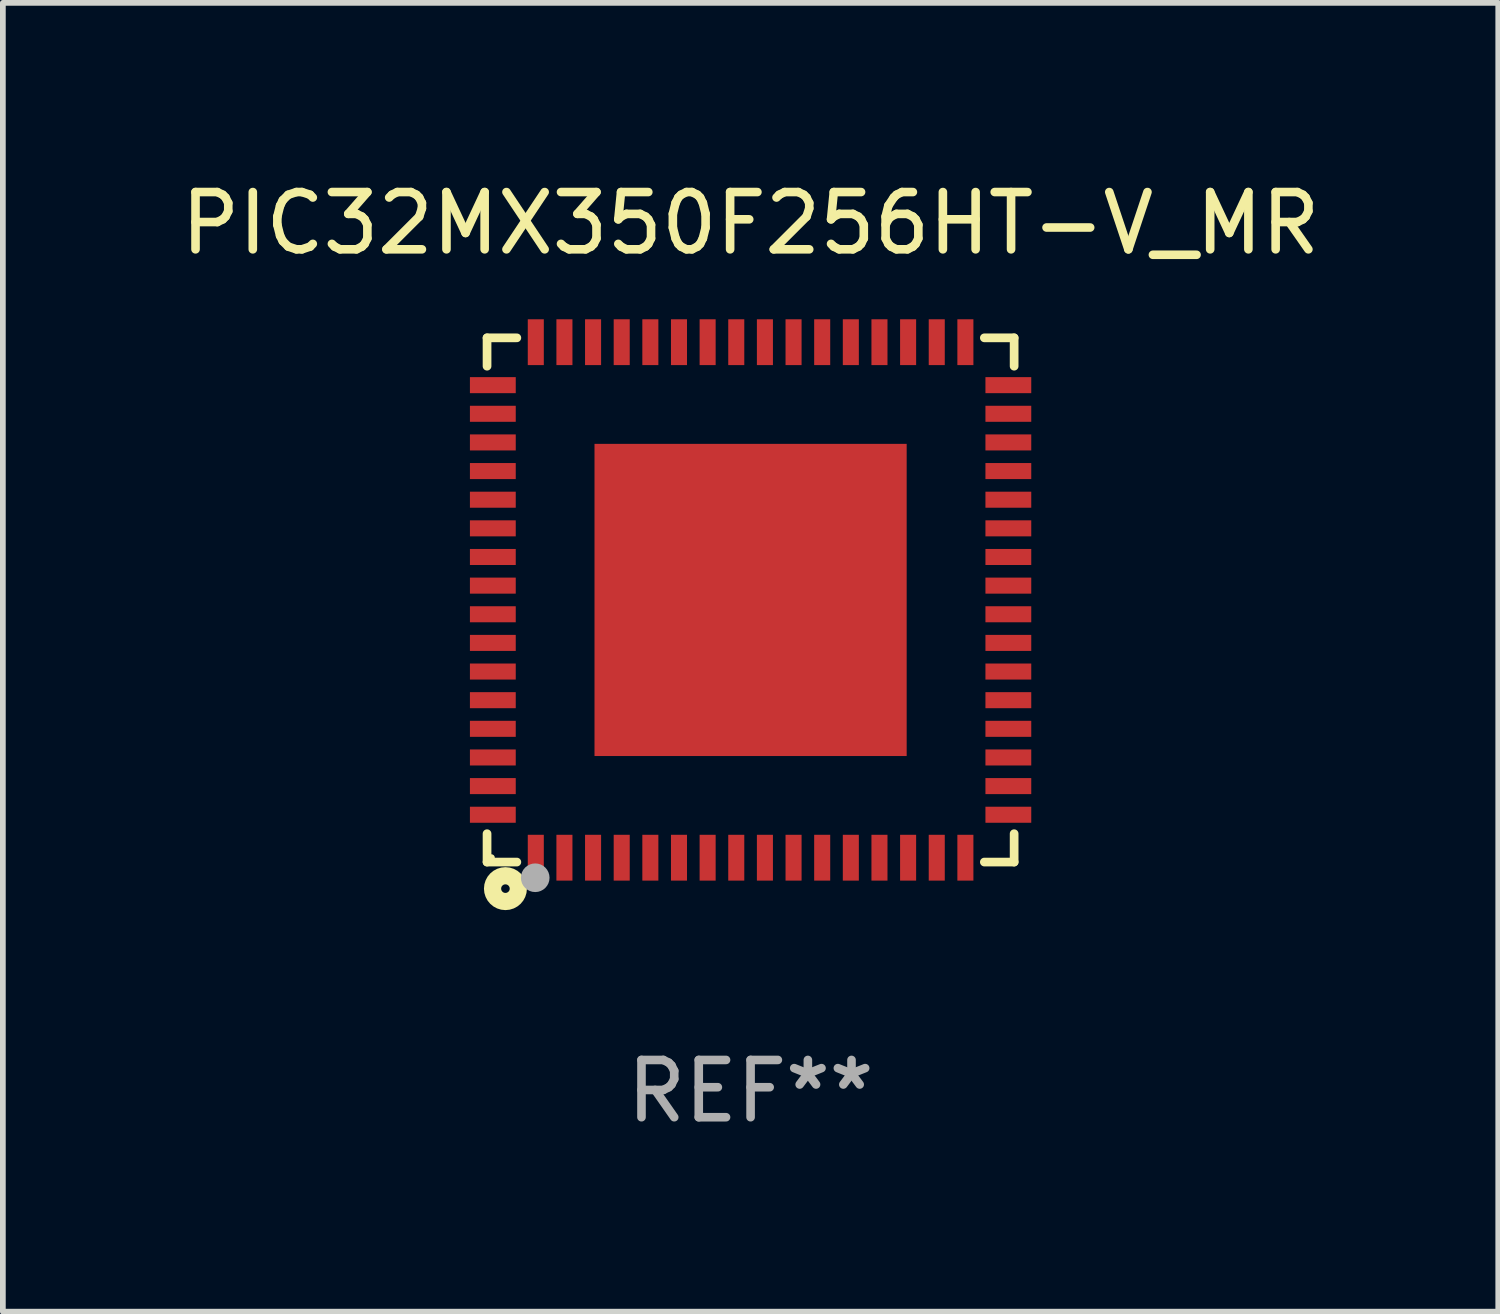
<source format=kicad_pcb>
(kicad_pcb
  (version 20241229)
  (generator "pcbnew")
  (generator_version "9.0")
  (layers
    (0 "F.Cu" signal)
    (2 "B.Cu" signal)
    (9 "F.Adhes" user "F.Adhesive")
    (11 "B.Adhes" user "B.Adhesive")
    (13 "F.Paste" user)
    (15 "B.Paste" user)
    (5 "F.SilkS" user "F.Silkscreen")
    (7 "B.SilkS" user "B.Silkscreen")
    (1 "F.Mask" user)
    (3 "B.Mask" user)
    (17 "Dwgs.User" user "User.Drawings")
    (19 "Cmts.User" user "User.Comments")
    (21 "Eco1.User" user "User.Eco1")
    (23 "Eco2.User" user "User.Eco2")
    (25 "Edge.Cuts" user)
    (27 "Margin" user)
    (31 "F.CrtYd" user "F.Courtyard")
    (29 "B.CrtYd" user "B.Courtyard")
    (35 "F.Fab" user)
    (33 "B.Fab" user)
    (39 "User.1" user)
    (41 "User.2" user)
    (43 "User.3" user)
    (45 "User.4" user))
  (footprint "PIC32MX350F256HT-V_MR"
    (layer "F.Cu")
    (at 10.054 7.424)
    (property "Reference" "PIC32MX350F256HT-V_MR" (at 0 -6.576 0) (layer "F.SilkS") (effects (font (size 1 1) (thickness 0.15))))
    (attr through_hole)
    (fp_line (start -4.601 -4.576) (end -4.081 -4.576) (stroke (width 0.152) (type solid)) (layer "F.SilkS"))
    (fp_line (start -4.601 -4.081) (end -4.601 -4.576) (stroke (width 0.152) (type solid)) (layer "F.SilkS"))
    (fp_line (start -4.601 4.081) (end -4.601 4.576) (stroke (width 0.152) (type solid)) (layer "F.SilkS"))
    (fp_line (start -4.601 4.576) (end -4.081 4.576) (stroke (width 0.152) (type solid)) (layer "F.SilkS"))
    (fp_line (start 4.601 -4.576) (end 4.081 -4.576) (stroke (width 0.152) (type solid)) (layer "F.SilkS"))
    (fp_line (start 4.601 -4.081) (end 4.601 -4.576) (stroke (width 0.152) (type solid)) (layer "F.SilkS"))
    (fp_line (start 4.601 4.081) (end 4.601 4.576) (stroke (width 0.152) (type solid)) (layer "F.SilkS"))
    (fp_line (start 4.601 4.576) (end 4.081 4.576) (stroke (width 0.152) (type solid)) (layer "F.SilkS"))
    (fp_circle (center -4.525 4.5) (end -4.495 4.5) (stroke (width 0.06) (type solid)) (fill no) (layer "F.SilkS"))
    (fp_circle (center -4.28 5.04) (end -4.205 5.04) (stroke (width 0.3) (type solid)) (fill no) (layer "F.SilkS"))
    (fp_circle (center -3.76 4.85) (end -3.635 4.85) (stroke (width 0.25) (type solid)) (fill no) (layer "F.Fab"))
    (fp_text user "REF**" (at 0 8.576 0) (layer "F.Fab") (effects (font (size 1 1) (thickness 0.15))))
    (pad "1" smd rect (at -3.75 4.5) (size 0.28 0.8) (layers "F.Cu" "F.Mask" "F.Paste"))
    (pad "2" smd rect (at -3.25 4.5) (size 0.28 0.8) (layers "F.Cu" "F.Mask" "F.Paste"))
    (pad "3" smd rect (at -2.75 4.5) (size 0.28 0.8) (layers "F.Cu" "F.Mask" "F.Paste"))
    (pad "4" smd rect (at -2.25 4.5) (size 0.28 0.8) (layers "F.Cu" "F.Mask" "F.Paste"))
    (pad "5" smd rect (at -1.75 4.5) (size 0.28 0.8) (layers "F.Cu" "F.Mask" "F.Paste"))
    (pad "6" smd rect (at -1.25 4.5) (size 0.28 0.8) (layers "F.Cu" "F.Mask" "F.Paste"))
    (pad "7" smd rect (at -0.75 4.5) (size 0.28 0.8) (layers "F.Cu" "F.Mask" "F.Paste"))
    (pad "8" smd rect (at -0.25 4.5) (size 0.28 0.8) (layers "F.Cu" "F.Mask" "F.Paste"))
    (pad "9" smd rect (at 0.25 4.5) (size 0.28 0.8) (layers "F.Cu" "F.Mask" "F.Paste"))
    (pad "10" smd rect (at 0.75 4.5) (size 0.28 0.8) (layers "F.Cu" "F.Mask" "F.Paste"))
    (pad "11" smd rect (at 1.25 4.5) (size 0.28 0.8) (layers "F.Cu" "F.Mask" "F.Paste"))
    (pad "12" smd rect (at 1.75 4.5) (size 0.28 0.8) (layers "F.Cu" "F.Mask" "F.Paste"))
    (pad "13" smd rect (at 2.25 4.5) (size 0.28 0.8) (layers "F.Cu" "F.Mask" "F.Paste"))
    (pad "14" smd rect (at 2.75 4.5) (size 0.28 0.8) (layers "F.Cu" "F.Mask" "F.Paste"))
    (pad "15" smd rect (at 3.25 4.5) (size 0.28 0.8) (layers "F.Cu" "F.Mask" "F.Paste"))
    (pad "16" smd rect (at 3.75 4.5) (size 0.28 0.8) (layers "F.Cu" "F.Mask" "F.Paste"))
    (pad "17" smd rect (at 4.5 3.75) (size 0.8 0.28) (layers "F.Cu" "F.Mask" "F.Paste"))
    (pad "18" smd rect (at 4.5 3.25) (size 0.8 0.28) (layers "F.Cu" "F.Mask" "F.Paste"))
    (pad "19" smd rect (at 4.5 2.75) (size 0.8 0.28) (layers "F.Cu" "F.Mask" "F.Paste"))
    (pad "20" smd rect (at 4.5 2.25) (size 0.8 0.28) (layers "F.Cu" "F.Mask" "F.Paste"))
    (pad "21" smd rect (at 4.5 1.75) (size 0.8 0.28) (layers "F.Cu" "F.Mask" "F.Paste"))
    (pad "22" smd rect (at 4.5 1.25) (size 0.8 0.28) (layers "F.Cu" "F.Mask" "F.Paste"))
    (pad "23" smd rect (at 4.5 0.75) (size 0.8 0.28) (layers "F.Cu" "F.Mask" "F.Paste"))
    (pad "24" smd rect (at 4.5 0.25) (size 0.8 0.28) (layers "F.Cu" "F.Mask" "F.Paste"))
    (pad "25" smd rect (at 4.5 -0.25) (size 0.8 0.28) (layers "F.Cu" "F.Mask" "F.Paste"))
    (pad "26" smd rect (at 4.5 -0.75) (size 0.8 0.28) (layers "F.Cu" "F.Mask" "F.Paste"))
    (pad "27" smd rect (at 4.5 -1.25) (size 0.8 0.28) (layers "F.Cu" "F.Mask" "F.Paste"))
    (pad "28" smd rect (at 4.5 -1.75) (size 0.8 0.28) (layers "F.Cu" "F.Mask" "F.Paste"))
    (pad "29" smd rect (at 4.5 -2.25) (size 0.8 0.28) (layers "F.Cu" "F.Mask" "F.Paste"))
    (pad "30" smd rect (at 4.5 -2.75) (size 0.8 0.28) (layers "F.Cu" "F.Mask" "F.Paste"))
    (pad "31" smd rect (at 4.5 -3.25) (size 0.8 0.28) (layers "F.Cu" "F.Mask" "F.Paste"))
    (pad "32" smd rect (at 4.5 -3.75) (size 0.8 0.28) (layers "F.Cu" "F.Mask" "F.Paste"))
    (pad "33" smd rect (at 3.75 -4.5) (size 0.28 0.8) (layers "F.Cu" "F.Mask" "F.Paste"))
    (pad "34" smd rect (at 3.25 -4.5) (size 0.28 0.8) (layers "F.Cu" "F.Mask" "F.Paste"))
    (pad "35" smd rect (at 2.75 -4.5) (size 0.28 0.8) (layers "F.Cu" "F.Mask" "F.Paste"))
    (pad "36" smd rect (at 2.25 -4.5) (size 0.28 0.8) (layers "F.Cu" "F.Mask" "F.Paste"))
    (pad "37" smd rect (at 1.75 -4.5) (size 0.28 0.8) (layers "F.Cu" "F.Mask" "F.Paste"))
    (pad "38" smd rect (at 1.25 -4.5) (size 0.28 0.8) (layers "F.Cu" "F.Mask" "F.Paste"))
    (pad "39" smd rect (at 0.75 -4.5) (size 0.28 0.8) (layers "F.Cu" "F.Mask" "F.Paste"))
    (pad "40" smd rect (at 0.25 -4.5) (size 0.28 0.8) (layers "F.Cu" "F.Mask" "F.Paste"))
    (pad "41" smd rect (at -0.25 -4.5) (size 0.28 0.8) (layers "F.Cu" "F.Mask" "F.Paste"))
    (pad "42" smd rect (at -0.75 -4.5) (size 0.28 0.8) (layers "F.Cu" "F.Mask" "F.Paste"))
    (pad "43" smd rect (at -1.25 -4.5) (size 0.28 0.8) (layers "F.Cu" "F.Mask" "F.Paste"))
    (pad "44" smd rect (at -1.75 -4.5) (size 0.28 0.8) (layers "F.Cu" "F.Mask" "F.Paste"))
    (pad "45" smd rect (at -2.25 -4.5) (size 0.28 0.8) (layers "F.Cu" "F.Mask" "F.Paste"))
    (pad "46" smd rect (at -2.75 -4.5) (size 0.28 0.8) (layers "F.Cu" "F.Mask" "F.Paste"))
    (pad "47" smd rect (at -3.25 -4.5) (size 0.28 0.8) (layers "F.Cu" "F.Mask" "F.Paste"))
    (pad "48" smd rect (at -3.75 -4.5) (size 0.28 0.8) (layers "F.Cu" "F.Mask" "F.Paste"))
    (pad "49" smd rect (at -4.5 -3.75) (size 0.8 0.28) (layers "F.Cu" "F.Mask" "F.Paste"))
    (pad "50" smd rect (at -4.5 -3.25) (size 0.8 0.28) (layers "F.Cu" "F.Mask" "F.Paste"))
    (pad "51" smd rect (at -4.5 -2.75) (size 0.8 0.28) (layers "F.Cu" "F.Mask" "F.Paste"))
    (pad "52" smd rect (at -4.5 -2.25) (size 0.8 0.28) (layers "F.Cu" "F.Mask" "F.Paste"))
    (pad "53" smd rect (at -4.5 -1.75) (size 0.8 0.28) (layers "F.Cu" "F.Mask" "F.Paste"))
    (pad "54" smd rect (at -4.5 -1.25) (size 0.8 0.28) (layers "F.Cu" "F.Mask" "F.Paste"))
    (pad "55" smd rect (at -4.5 -0.75) (size 0.8 0.28) (layers "F.Cu" "F.Mask" "F.Paste"))
    (pad "56" smd rect (at -4.5 -0.25) (size 0.8 0.28) (layers "F.Cu" "F.Mask" "F.Paste"))
    (pad "57" smd rect (at -4.5 0.25) (size 0.8 0.28) (layers "F.Cu" "F.Mask" "F.Paste"))
    (pad "58" smd rect (at -4.5 0.75) (size 0.8 0.28) (layers "F.Cu" "F.Mask" "F.Paste"))
    (pad "59" smd rect (at -4.5 1.25) (size 0.8 0.28) (layers "F.Cu" "F.Mask" "F.Paste"))
    (pad "60" smd rect (at -4.5 1.75) (size 0.8 0.28) (layers "F.Cu" "F.Mask" "F.Paste"))
    (pad "61" smd rect (at -4.5 2.25) (size 0.8 0.28) (layers "F.Cu" "F.Mask" "F.Paste"))
    (pad "62" smd rect (at -4.5 2.75) (size 0.8 0.28) (layers "F.Cu" "F.Mask" "F.Paste"))
    (pad "63" smd rect (at -4.5 3.25) (size 0.8 0.28) (layers "F.Cu" "F.Mask" "F.Paste"))
    (pad "64" smd rect (at -4.5 3.75) (size 0.8 0.28) (layers "F.Cu" "F.Mask" "F.Paste"))
    (pad "65" smd rect (at 0 0) (size 5.45 5.45) (layers "F.Cu" "F.Mask" "F.Paste")))
  (gr_rect
    (start -3 -3)
    (end 23.107 19.849)
    (stroke (width 0.1) (type default))
    (fill no)
    (layer "Edge.Cuts")))
</source>
